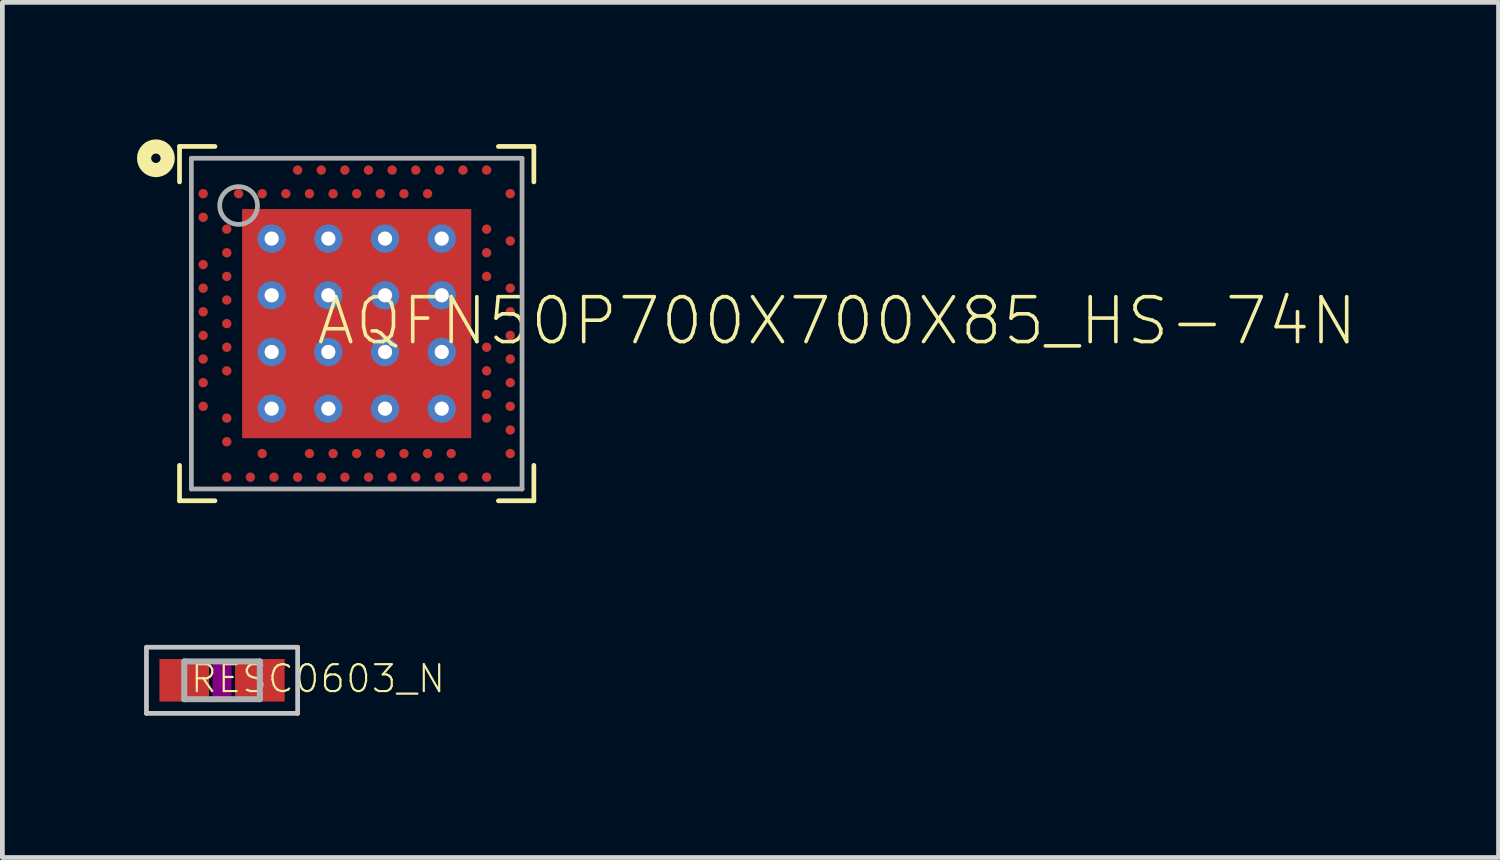
<source format=kicad_pcb>
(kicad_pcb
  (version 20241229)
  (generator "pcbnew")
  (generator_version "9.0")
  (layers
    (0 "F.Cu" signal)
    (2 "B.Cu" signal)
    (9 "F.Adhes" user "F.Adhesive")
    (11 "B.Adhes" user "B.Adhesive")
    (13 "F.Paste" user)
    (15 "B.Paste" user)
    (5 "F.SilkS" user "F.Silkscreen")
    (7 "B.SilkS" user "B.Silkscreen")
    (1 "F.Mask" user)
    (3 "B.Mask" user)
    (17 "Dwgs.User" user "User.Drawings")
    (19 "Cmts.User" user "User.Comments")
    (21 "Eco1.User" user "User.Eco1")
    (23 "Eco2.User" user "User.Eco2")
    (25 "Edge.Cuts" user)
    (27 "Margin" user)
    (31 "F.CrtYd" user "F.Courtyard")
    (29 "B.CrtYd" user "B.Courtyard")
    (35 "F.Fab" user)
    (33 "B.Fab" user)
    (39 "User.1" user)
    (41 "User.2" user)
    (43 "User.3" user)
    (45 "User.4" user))
  (footprint "AQFN50P700X700X85_HS-74N"
    (layer "F.Cu")
    (at 4.5 3.8)
    (property "Reference" "AQFN50P700X700X85_HS-74N" (at -0.9 0.5 0) (layer "F.SilkS") (effects (font (size 0.95 0.95) (thickness 0.076)) (justify left bottom)))
    (attr through_hole)
    (fp_line (start -3.75 -3.75) (end -3.75 -3) (stroke (width 0.1) (type solid)) (layer "F.SilkS"))
    (fp_line (start -3.75 3) (end -3.75 3.75) (stroke (width 0.1) (type solid)) (layer "F.SilkS"))
    (fp_line (start -3.75 3.75) (end -3 3.75) (stroke (width 0.1) (type solid)) (layer "F.SilkS"))
    (fp_line (start -3 -3.75) (end -3.75 -3.75) (stroke (width 0.1) (type solid)) (layer "F.SilkS"))
    (fp_line (start 3 3.75) (end 3.75 3.75) (stroke (width 0.1) (type solid)) (layer "F.SilkS"))
    (fp_line (start 3.75 -3.75) (end 3 -3.75) (stroke (width 0.1) (type solid)) (layer "F.SilkS"))
    (fp_line (start 3.75 -3) (end 3.75 -3.75) (stroke (width 0.1) (type solid)) (layer "F.SilkS"))
    (fp_line (start 3.75 3.75) (end 3.75 3) (stroke (width 0.1) (type solid)) (layer "F.SilkS"))
    (fp_circle (center -4.25 -3.5) (end -4.15 -3.5) (stroke (width 0.3) (type solid)) (fill no) (layer "F.SilkS"))
    (fp_line (start -3.5 -3.5) (end 3.5 -3.5) (stroke (width 0.1) (type solid)) (layer "F.Fab"))
    (fp_line (start -3.5 3.5) (end -3.5 -3.5) (stroke (width 0.1) (type solid)) (layer "F.Fab"))
    (fp_line (start 3.5 -3.5) (end 3.5 3.5) (stroke (width 0.1) (type solid)) (layer "F.Fab"))
    (fp_line (start 3.5 3.5) (end -3.5 3.5) (stroke (width 0.1) (type solid)) (layer "F.Fab"))
    (fp_circle (center -2.5 -2.5) (end -2.1 -2.5) (stroke (width 0.1) (type solid)) (fill no) (layer "F.Fab"))
    (pad "P$74" smd rect (at 0 0) (size 4.85 4.85) (layers "F.Cu" "F.Mask" "F.Paste"))
    (pad "P$75" thru_hole circle (at -1.8 -1.8) (size 0.6 0.6) (drill 0.3) (layers "*.Cu" "*.Mask"))
    (pad "P$76" thru_hole circle (at -0.6 -1.8) (size 0.6 0.6) (drill 0.3) (layers "*.Cu" "*.Mask"))
    (pad "P$77" thru_hole circle (at 0.6 -1.8) (size 0.6 0.6) (drill 0.3) (layers "*.Cu" "*.Mask"))
    (pad "P$78" thru_hole circle (at 1.8 -1.8) (size 0.6 0.6) (drill 0.3) (layers "*.Cu" "*.Mask"))
    (pad "P$79" thru_hole circle (at -1.8 -0.6) (size 0.6 0.6) (drill 0.3) (layers "*.Cu" "*.Mask"))
    (pad "P$80" thru_hole circle (at -0.6 -0.6) (size 0.6 0.6) (drill 0.3) (layers "*.Cu" "*.Mask"))
    (pad "P$81" thru_hole circle (at 0.6 -0.6) (size 0.6 0.6) (drill 0.3) (layers "*.Cu" "*.Mask"))
    (pad "P$82" thru_hole circle (at 1.8 -0.6) (size 0.6 0.6) (drill 0.3) (layers "*.Cu" "*.Mask"))
    (pad "P$83" thru_hole circle (at -1.8 0.6) (size 0.6 0.6) (drill 0.3) (layers "*.Cu" "*.Mask"))
    (pad "P$84" thru_hole circle (at -0.6 0.6) (size 0.6 0.6) (drill 0.3) (layers "*.Cu" "*.Mask"))
    (pad "P$85" thru_hole circle (at 0.6 0.6) (size 0.6 0.6) (drill 0.3) (layers "*.Cu" "*.Mask"))
    (pad "P$86" thru_hole circle (at 1.8 0.6) (size 0.6 0.6) (drill 0.3) (layers "*.Cu" "*.Mask"))
    (pad "P$87" thru_hole circle (at -1.8 1.8) (size 0.6 0.6) (drill 0.3) (layers "*.Cu" "*.Mask"))
    (pad "P$88" thru_hole circle (at -0.6 1.8) (size 0.6 0.6) (drill 0.3) (layers "*.Cu" "*.Mask"))
    (pad "P$89" thru_hole circle (at 0.6 1.8) (size 0.6 0.6) (drill 0.3) (layers "*.Cu" "*.Mask"))
    (pad "P$90" thru_hole circle (at 1.8 1.8) (size 0.6 0.6) (drill 0.3) (layers "*.Cu" "*.Mask"))
    (pad "P$A8" smd roundrect (at -1.25 -3.25) (size 0.2 0.2) (layers "F.Cu" "F.Mask" "F.Paste") (roundrect_rratio 0.5))
    (pad "P$A10" smd roundrect (at -0.75 -3.25) (size 0.2 0.2) (layers "F.Cu" "F.Mask" "F.Paste") (roundrect_rratio 0.5))
    (pad "P$A12" smd roundrect (at -0.25 -3.25) (size 0.2 0.2) (layers "F.Cu" "F.Mask" "F.Paste") (roundrect_rratio 0.5))
    (pad "P$A14" smd roundrect (at 0.25 -3.25) (size 0.2 0.2) (layers "F.Cu" "F.Mask" "F.Paste") (roundrect_rratio 0.5))
    (pad "P$A16" smd roundrect (at 0.75 -3.25) (size 0.2 0.2) (layers "F.Cu" "F.Mask" "F.Paste") (roundrect_rratio 0.5))
    (pad "P$A18" smd roundrect (at 1.25 -3.25) (size 0.2 0.2) (layers "F.Cu" "F.Mask" "F.Paste") (roundrect_rratio 0.5))
    (pad "P$A20" smd roundrect (at 1.75 -3.25) (size 0.2 0.2) (layers "F.Cu" "F.Mask" "F.Paste") (roundrect_rratio 0.5))
    (pad "P$A22" smd roundrect (at 2.25 -3.25) (size 0.2 0.2) (layers "F.Cu" "F.Mask" "F.Paste") (roundrect_rratio 0.5))
    (pad "P$A23" smd roundrect (at 2.75 -3.25) (size 0.2 0.2) (layers "F.Cu" "F.Mask" "F.Paste") (roundrect_rratio 0.5))
    (pad "P$AA24" smd roundrect (at 3.25 2.25) (size 0.2 0.2) (layers "F.Cu" "F.Mask" "F.Paste") (roundrect_rratio 0.5))
    (pad "P$AB2" smd roundrect (at -2.75 2.5) (size 0.2 0.2) (layers "F.Cu" "F.Mask" "F.Paste") (roundrect_rratio 0.5))
    (pad "P$AC5" smd roundrect (at -2 2.75) (size 0.2 0.2) (layers "F.Cu" "F.Mask" "F.Paste") (roundrect_rratio 0.5))
    (pad "P$AC9" smd roundrect (at -1 2.75) (size 0.2 0.2) (layers "F.Cu" "F.Mask" "F.Paste") (roundrect_rratio 0.5))
    (pad "P$AC11" smd roundrect (at -0.5 2.75) (size 0.2 0.2) (layers "F.Cu" "F.Mask" "F.Paste") (roundrect_rratio 0.5))
    (pad "P$AC13" smd roundrect (at 0 2.75) (size 0.2 0.2) (layers "F.Cu" "F.Mask" "F.Paste") (roundrect_rratio 0.5))
    (pad "P$AC15" smd roundrect (at 0.5 2.75) (size 0.2 0.2) (layers "F.Cu" "F.Mask" "F.Paste") (roundrect_rratio 0.5))
    (pad "P$AC17" smd roundrect (at 1 2.75) (size 0.2 0.2) (layers "F.Cu" "F.Mask" "F.Paste") (roundrect_rratio 0.5))
    (pad "P$AC19" smd roundrect (at 1.5 2.75) (size 0.2 0.2) (layers "F.Cu" "F.Mask" "F.Paste") (roundrect_rratio 0.5))
    (pad "P$AC21" smd roundrect (at 2 2.75) (size 0.2 0.2) (layers "F.Cu" "F.Mask" "F.Paste") (roundrect_rratio 0.5))
    (pad "P$AC24" smd roundrect (at 3.25 2.75) (size 0.2 0.2) (layers "F.Cu" "F.Mask" "F.Paste") (roundrect_rratio 0.5))
    (pad "P$AD2" smd roundrect (at -2.75 3.25) (size 0.2 0.2) (layers "F.Cu" "F.Mask" "F.Paste") (roundrect_rratio 0.5))
    (pad "P$AD4" smd roundrect (at -2.25 3.25) (size 0.2 0.2) (layers "F.Cu" "F.Mask" "F.Paste") (roundrect_rratio 0.5))
    (pad "P$AD6" smd roundrect (at -1.75 3.25) (size 0.2 0.2) (layers "F.Cu" "F.Mask" "F.Paste") (roundrect_rratio 0.5))
    (pad "P$AD8" smd roundrect (at -1.25 3.25) (size 0.2 0.2) (layers "F.Cu" "F.Mask" "F.Paste") (roundrect_rratio 0.5))
    (pad "P$AD10" smd roundrect (at -0.75 3.25) (size 0.2 0.2) (layers "F.Cu" "F.Mask" "F.Paste") (roundrect_rratio 0.5))
    (pad "P$AD12" smd roundrect (at -0.25 3.25) (size 0.2 0.2) (layers "F.Cu" "F.Mask" "F.Paste") (roundrect_rratio 0.5))
    (pad "P$AD14" smd roundrect (at 0.25 3.25) (size 0.2 0.2) (layers "F.Cu" "F.Mask" "F.Paste") (roundrect_rratio 0.5))
    (pad "P$AD16" smd roundrect (at 0.75 3.25) (size 0.2 0.2) (layers "F.Cu" "F.Mask" "F.Paste") (roundrect_rratio 0.5))
    (pad "P$AD18" smd roundrect (at 1.25 3.25) (size 0.2 0.2) (layers "F.Cu" "F.Mask" "F.Paste") (roundrect_rratio 0.5))
    (pad "P$AD20" smd roundrect (at 1.75 3.25) (size 0.2 0.2) (layers "F.Cu" "F.Mask" "F.Paste") (roundrect_rratio 0.5))
    (pad "P$AD22" smd roundrect (at 2.25 3.25) (size 0.2 0.2) (layers "F.Cu" "F.Mask" "F.Paste") (roundrect_rratio 0.5))
    (pad "P$AD23" smd roundrect (at 2.75 3.25) (size 0.2 0.2) (layers "F.Cu" "F.Mask" "F.Paste") (roundrect_rratio 0.5))
    (pad "P$B1" smd roundrect (at -3.25 -2.75) (size 0.2 0.2) (layers "F.Cu" "F.Mask" "F.Paste") (roundrect_rratio 0.5))
    (pad "P$B3" smd roundrect (at -2.5 -2.75) (size 0.2 0.2) (layers "F.Cu" "F.Mask" "F.Paste") (roundrect_rratio 0.5))
    (pad "P$B5" smd roundrect (at -2 -2.75) (size 0.2 0.2) (layers "F.Cu" "F.Mask" "F.Paste") (roundrect_rratio 0.5))
    (pad "P$B7" smd roundrect (at -1.5 -2.75) (size 0.2 0.2) (layers "F.Cu" "F.Mask" "F.Paste") (roundrect_rratio 0.5))
    (pad "P$B9" smd roundrect (at -1 -2.75) (size 0.2 0.2) (layers "F.Cu" "F.Mask" "F.Paste") (roundrect_rratio 0.5))
    (pad "P$B11" smd roundrect (at -0.5 -2.75) (size 0.2 0.2) (layers "F.Cu" "F.Mask" "F.Paste") (roundrect_rratio 0.5))
    (pad "P$B13" smd roundrect (at 0 -2.75) (size 0.2 0.2) (layers "F.Cu" "F.Mask" "F.Paste") (roundrect_rratio 0.5))
    (pad "P$B15" smd roundrect (at 0.5 -2.75) (size 0.2 0.2) (layers "F.Cu" "F.Mask" "F.Paste") (roundrect_rratio 0.5))
    (pad "P$B17" smd roundrect (at 1 -2.75) (size 0.2 0.2) (layers "F.Cu" "F.Mask" "F.Paste") (roundrect_rratio 0.5))
    (pad "P$B19" smd roundrect (at 1.5 -2.75) (size 0.2 0.2) (layers "F.Cu" "F.Mask" "F.Paste") (roundrect_rratio 0.5))
    (pad "P$B24" smd roundrect (at 3.25 -2.75) (size 0.2 0.2) (layers "F.Cu" "F.Mask" "F.Paste") (roundrect_rratio 0.5))
    (pad "P$C1" smd roundrect (at -3.25 -2.25) (size 0.2 0.2) (layers "F.Cu" "F.Mask" "F.Paste") (roundrect_rratio 0.5))
    (pad "P$D2" smd roundrect (at -2.75 -2) (size 0.2 0.2) (layers "F.Cu" "F.Mask" "F.Paste") (roundrect_rratio 0.5))
    (pad "P$D23" smd roundrect (at 2.75 -2) (size 0.2 0.2) (layers "F.Cu" "F.Mask" "F.Paste") (roundrect_rratio 0.5))
    (pad "P$E24" smd roundrect (at 3.25 -1.75) (size 0.2 0.2) (layers "F.Cu" "F.Mask" "F.Paste") (roundrect_rratio 0.5))
    (pad "P$F2" smd roundrect (at -2.75 -1.5) (size 0.2 0.2) (layers "F.Cu" "F.Mask" "F.Paste") (roundrect_rratio 0.5))
    (pad "P$F23" smd roundrect (at 2.75 -1.5) (size 0.2 0.2) (layers "F.Cu" "F.Mask" "F.Paste") (roundrect_rratio 0.5))
    (pad "P$G1" smd roundrect (at -3.25 -1.25) (size 0.2 0.2) (layers "F.Cu" "F.Mask" "F.Paste") (roundrect_rratio 0.5))
    (pad "P$H2" smd roundrect (at -2.75 -1) (size 0.2 0.2) (layers "F.Cu" "F.Mask" "F.Paste") (roundrect_rratio 0.5))
    (pad "P$H23" smd roundrect (at 2.75 -1) (size 0.2 0.2) (layers "F.Cu" "F.Mask" "F.Paste") (roundrect_rratio 0.5))
    (pad "P$J1" smd roundrect (at -3.25 -0.75) (size 0.2 0.2) (layers "F.Cu" "F.Mask" "F.Paste") (roundrect_rratio 0.5))
    (pad "P$J24" smd roundrect (at 3.25 -0.75) (size 0.2 0.2) (layers "F.Cu" "F.Mask" "F.Paste") (roundrect_rratio 0.5))
    (pad "P$K2" smd roundrect (at -2.75 -0.5) (size 0.2 0.2) (layers "F.Cu" "F.Mask" "F.Paste") (roundrect_rratio 0.5))
    (pad "P$L1" smd roundrect (at -3.25 -0.25) (size 0.2 0.2) (layers "F.Cu" "F.Mask" "F.Paste") (roundrect_rratio 0.5))
    (pad "P$L24" smd roundrect (at 3.25 -0.25) (size 0.2 0.2) (layers "F.Cu" "F.Mask" "F.Paste") (roundrect_rratio 0.5))
    (pad "P$M2" smd roundrect (at -2.75 0) (size 0.2 0.2) (layers "F.Cu" "F.Mask" "F.Paste") (roundrect_rratio 0.5))
    (pad "P$N1" smd roundrect (at -3.25 0.25) (size 0.2 0.2) (layers "F.Cu" "F.Mask" "F.Paste") (roundrect_rratio 0.5))
    (pad "P$N24" smd roundrect (at 3.25 0.25) (size 0.2 0.2) (layers "F.Cu" "F.Mask" "F.Paste") (roundrect_rratio 0.5))
    (pad "P$P2" smd roundrect (at -2.75 0.5) (size 0.2 0.2) (layers "F.Cu" "F.Mask" "F.Paste") (roundrect_rratio 0.5))
    (pad "P$P23" smd roundrect (at 2.75 0.5) (size 0.2 0.2) (layers "F.Cu" "F.Mask" "F.Paste") (roundrect_rratio 0.5))
    (pad "P$R1" smd roundrect (at -3.25 0.75) (size 0.2 0.2) (layers "F.Cu" "F.Mask" "F.Paste") (roundrect_rratio 0.5))
    (pad "P$R24" smd roundrect (at 3.25 0.75) (size 0.2 0.2) (layers "F.Cu" "F.Mask" "F.Paste") (roundrect_rratio 0.5))
    (pad "P$T2" smd roundrect (at -2.75 1) (size 0.2 0.2) (layers "F.Cu" "F.Mask" "F.Paste") (roundrect_rratio 0.5))
    (pad "P$T23" smd roundrect (at 2.75 1) (size 0.2 0.2) (layers "F.Cu" "F.Mask" "F.Paste") (roundrect_rratio 0.5))
    (pad "P$U1" smd roundrect (at -3.25 1.25) (size 0.2 0.2) (layers "F.Cu" "F.Mask" "F.Paste") (roundrect_rratio 0.5))
    (pad "P$U24" smd roundrect (at 3.25 1.25) (size 0.2 0.2) (layers "F.Cu" "F.Mask" "F.Paste") (roundrect_rratio 0.5))
    (pad "P$V23" smd roundrect (at 2.75 1.5) (size 0.2 0.2) (layers "F.Cu" "F.Mask" "F.Paste") (roundrect_rratio 0.5))
    (pad "P$W1" smd roundrect (at -3.25 1.75) (size 0.2 0.2) (layers "F.Cu" "F.Mask" "F.Paste") (roundrect_rratio 0.5))
    (pad "P$W24" smd roundrect (at 3.25 1.75) (size 0.2 0.2) (layers "F.Cu" "F.Mask" "F.Paste") (roundrect_rratio 0.5))
    (pad "P$Y2" smd roundrect (at -2.75 2) (size 0.2 0.2) (layers "F.Cu" "F.Mask" "F.Paste") (roundrect_rratio 0.5))
    (pad "P$Y23" smd roundrect (at 2.75 2) (size 0.2 0.2) (layers "F.Cu" "F.Mask" "F.Paste") (roundrect_rratio 0.5)))
  (footprint "RESC0603_N"
    (layer "F.Cu")
    (at 1.65 11.35)
    (property "Reference" "RESC0603_N" (at -0.7 0.3 180) (layer "F.SilkS") (effects (font (size 0.57 0.57) (thickness 0.046)) (justify left bottom)))
    (attr through_hole)
    (fp_poly (pts (xy -0.2 0.4) (xy 0.2 0.4) (xy 0.2 -0.4) (xy -0.2 -0.4)) (stroke (width 0) (type solid)) (fill yes) (layer "F.Adhes"))
    (fp_line (start -1.6 -0.7) (end -1.6 0.7) (stroke (width 0.1) (type solid)) (layer "Dwgs.User"))
    (fp_line (start -1.6 0.7) (end 1.6 0.7) (stroke (width 0.1) (type solid)) (layer "Dwgs.User"))
    (fp_line (start 1.6 -0.7) (end -1.6 -0.7) (stroke (width 0.1) (type solid)) (layer "Dwgs.User"))
    (fp_line (start 1.6 0.7) (end 1.6 -0.7) (stroke (width 0.1) (type solid)) (layer "Dwgs.User"))
    (fp_line (start -0.8 -0.4) (end 0.8 -0.4) (stroke (width 0.127) (type solid)) (layer "F.Fab"))
    (fp_line (start -0.8 0.4) (end -0.8 -0.4) (stroke (width 0.127) (type solid)) (layer "F.Fab"))
    (fp_line (start 0.8 -0.4) (end 0.8 0.4) (stroke (width 0.127) (type solid)) (layer "F.Fab"))
    (fp_line (start 0.8 0.4) (end -0.8 0.4) (stroke (width 0.127) (type solid)) (layer "F.Fab"))
    (pad "1" smd rect (at -0.8 0) (size 1.05 0.9) (layers "F.Cu" "F.Mask" "F.Paste"))
    (pad "2" smd rect (at 0.8 0) (size 1.05 0.9) (layers "F.Cu" "F.Mask" "F.Paste")))
  (gr_rect
    (start -3 -3)
    (end 28.669 15.1)
    (stroke (width 0.1) (type default))
    (fill no)
    (layer "Edge.Cuts")))
</source>
